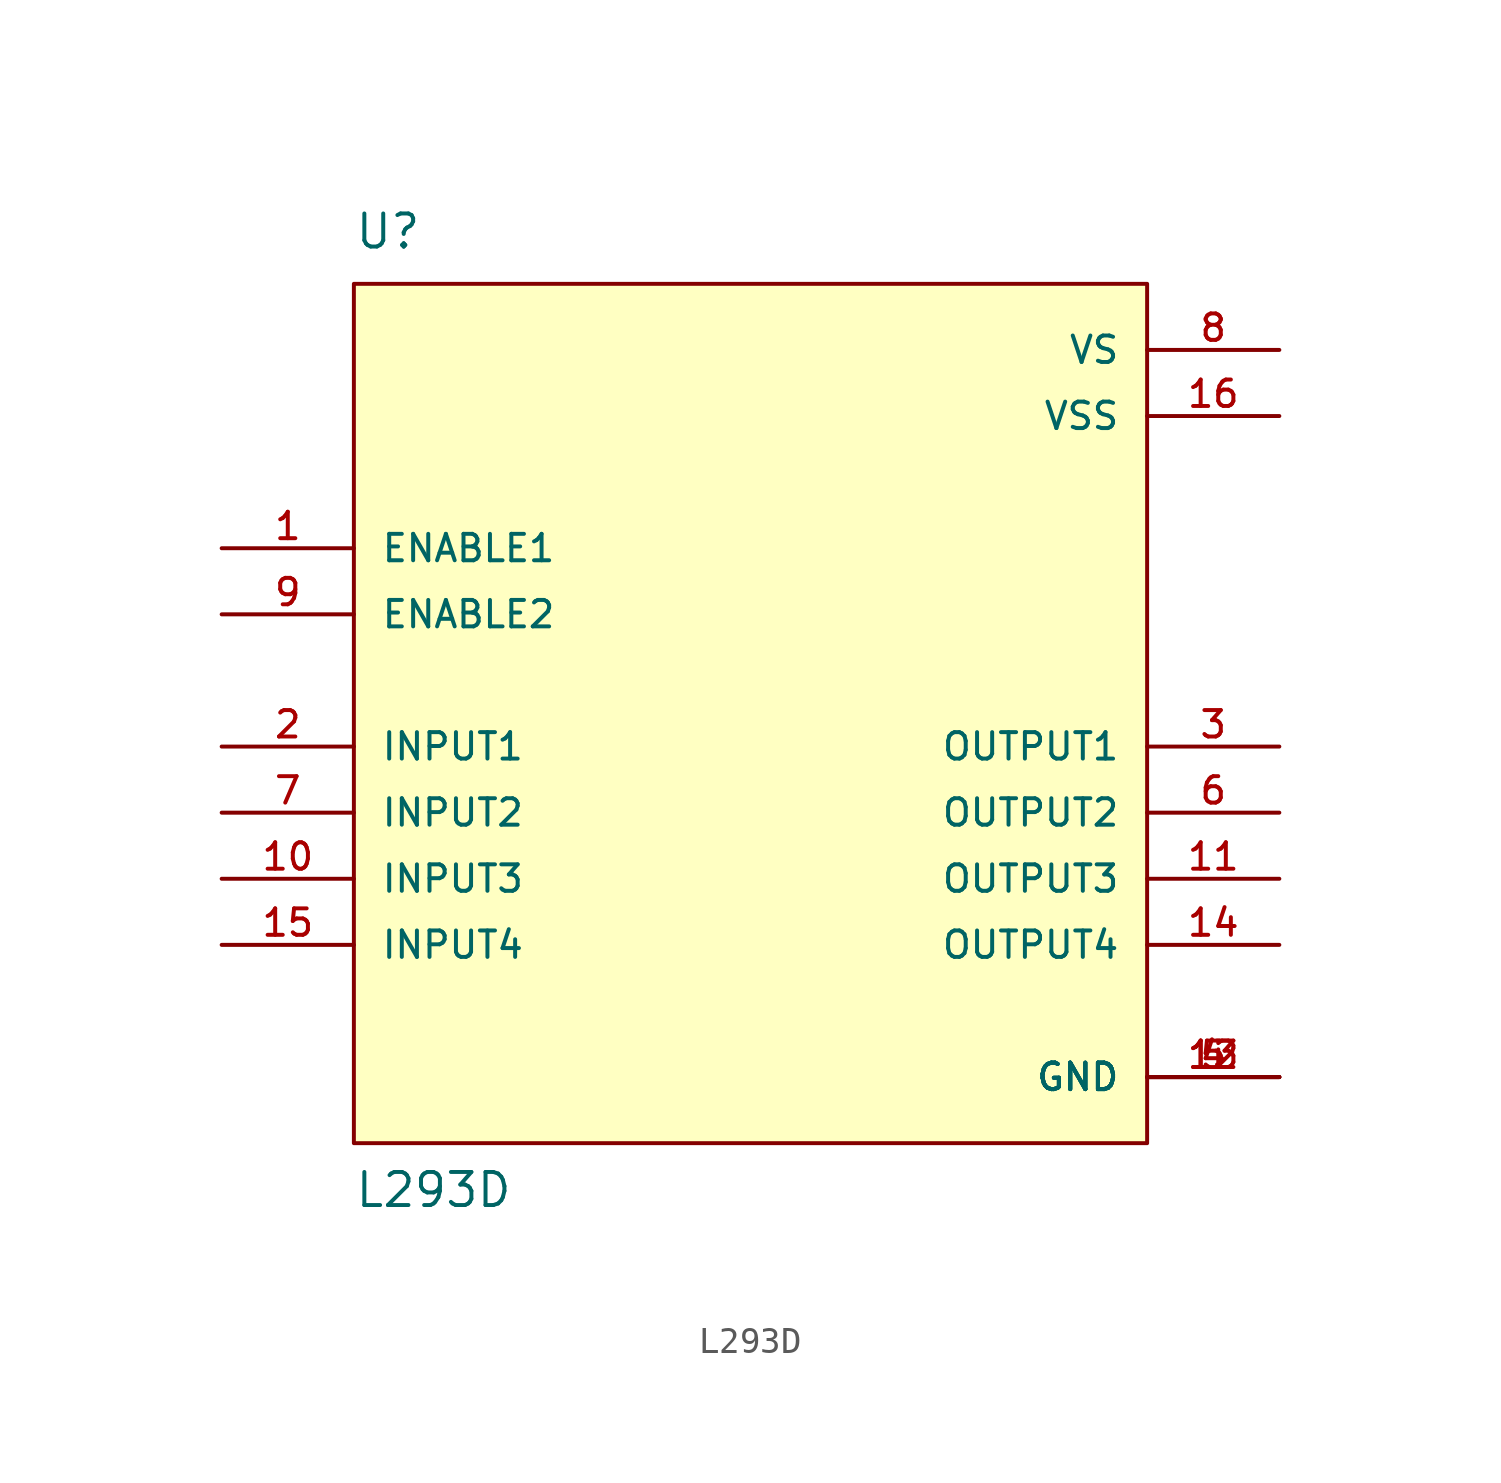
<source format=kicad_sym>
(kicad_symbol_lib
  (version 20211014)
  (generator kicad_symbol_editor)
  (symbol "L293D"
    (pin_names
      (offset 1.016))
    (property "Reference" "U"
      (at -15.24 16.51 0)
      (effects (font (size 1.27 1.27)) (justify bottom left)))
    (property "Value" "L293D"
      (at -15.24 -20.32 0)
      (effects (font (size 1.27 1.27)) (justify bottom left)))
    (symbol "L293D_0_0"
      (rectangle (start -15.24 -17.78) (end 15.24 15.24) (stroke (width 0.152)) (fill (type background)))
      (pin input line (at -20.32 5.08 0) (length 5.08) (name "ENABLE1" (effects (font (size 1.016 1.016)))) (number "1" (effects (font (size 1.016 1.016)))))
      (pin input line (at -20.32 -2.54 0) (length 5.08) (name "INPUT1" (effects (font (size 1.016 1.016)))) (number "2" (effects (font (size 1.016 1.016)))))
      (pin output line (at 20.32 -2.54 180.0) (length 5.08) (name "OUTPUT1" (effects (font (size 1.016 1.016)))) (number "3" (effects (font (size 1.016 1.016)))))
      (pin power_in line (at 20.32 -15.24 180.0) (length 5.08) (name "GND" (effects (font (size 1.016 1.016)))) (number "4" (effects (font (size 1.016 1.016)))))
      (pin power_in line (at 20.32 -15.24 180.0) (length 5.08) (name "GND" (effects (font (size 1.016 1.016)))) (number "5" (effects (font (size 1.016 1.016)))))
      (pin power_in line (at 20.32 -15.24 180.0) (length 5.08) (name "GND" (effects (font (size 1.016 1.016)))) (number "12" (effects (font (size 1.016 1.016)))))
      (pin power_in line (at 20.32 -15.24 180.0) (length 5.08) (name "GND" (effects (font (size 1.016 1.016)))) (number "13" (effects (font (size 1.016 1.016)))))
      (pin output line (at 20.32 -5.08 180.0) (length 5.08) (name "OUTPUT2" (effects (font (size 1.016 1.016)))) (number "6" (effects (font (size 1.016 1.016)))))
      (pin input line (at -20.32 -5.08 0) (length 5.08) (name "INPUT2" (effects (font (size 1.016 1.016)))) (number "7" (effects (font (size 1.016 1.016)))))
      (pin input line (at -20.32 -7.62 0) (length 5.08) (name "INPUT3" (effects (font (size 1.016 1.016)))) (number "10" (effects (font (size 1.016 1.016)))))
      (pin input line (at -20.32 -10.16 0) (length 5.08) (name "INPUT4" (effects (font (size 1.016 1.016)))) (number "15" (effects (font (size 1.016 1.016)))))
      (pin output line (at 20.32 -7.62 180.0) (length 5.08) (name "OUTPUT3" (effects (font (size 1.016 1.016)))) (number "11" (effects (font (size 1.016 1.016)))))
      (pin output line (at 20.32 -10.16 180.0) (length 5.08) (name "OUTPUT4" (effects (font (size 1.016 1.016)))) (number "14" (effects (font (size 1.016 1.016)))))
      (pin input line (at -20.32 2.54 0) (length 5.08) (name "ENABLE2" (effects (font (size 1.016 1.016)))) (number "9" (effects (font (size 1.016 1.016)))))
      (pin power_in line (at 20.32 12.7 180.0) (length 5.08) (name "VS" (effects (font (size 1.016 1.016)))) (number "8" (effects (font (size 1.016 1.016)))))
      (pin power_in line (at 20.32 10.16 180.0) (length 5.08) (name "VSS" (effects (font (size 1.016 1.016)))) (number "16" (effects (font (size 1.016 1.016))))))))
</source>
